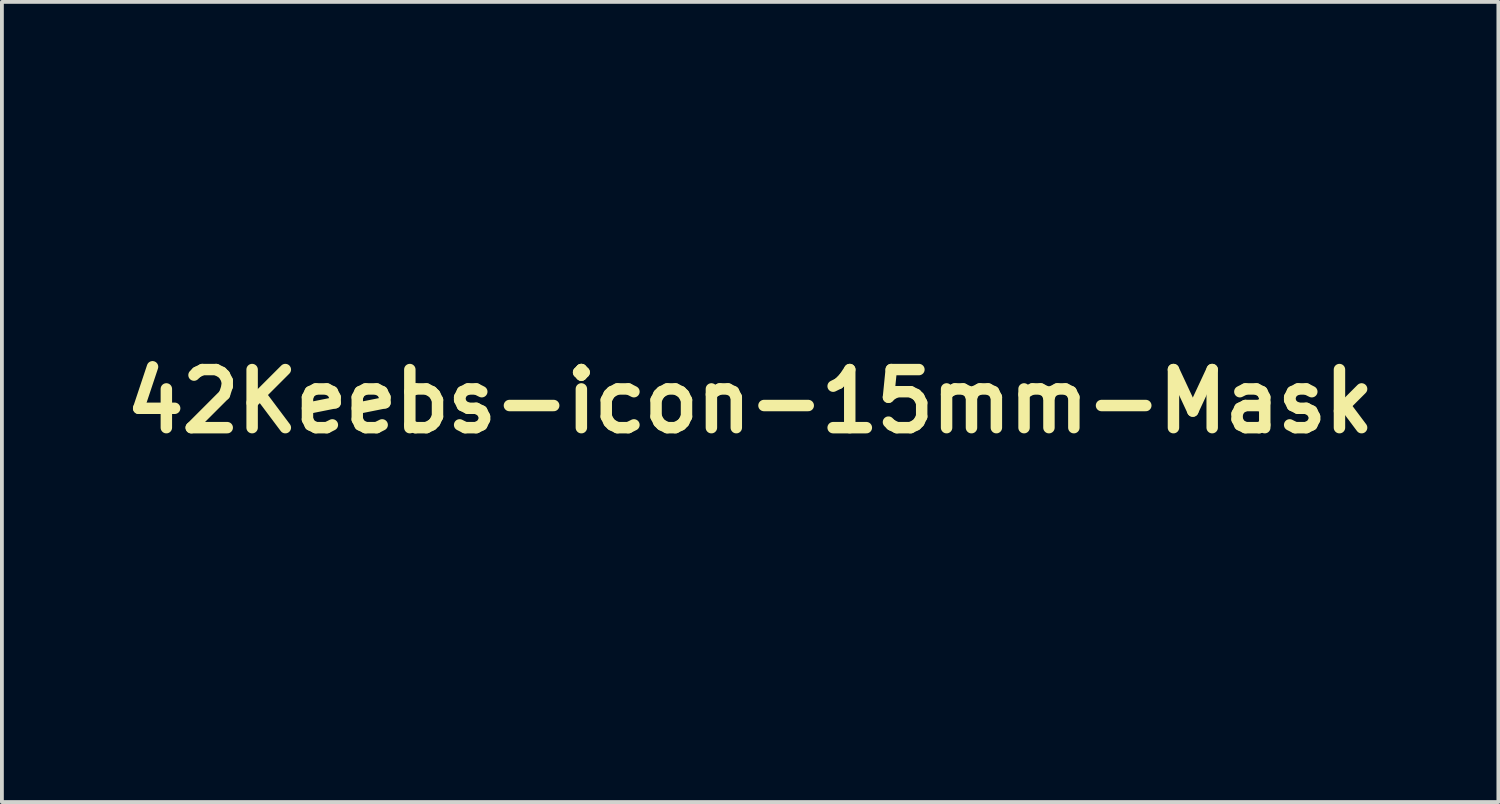
<source format=kicad_pcb>
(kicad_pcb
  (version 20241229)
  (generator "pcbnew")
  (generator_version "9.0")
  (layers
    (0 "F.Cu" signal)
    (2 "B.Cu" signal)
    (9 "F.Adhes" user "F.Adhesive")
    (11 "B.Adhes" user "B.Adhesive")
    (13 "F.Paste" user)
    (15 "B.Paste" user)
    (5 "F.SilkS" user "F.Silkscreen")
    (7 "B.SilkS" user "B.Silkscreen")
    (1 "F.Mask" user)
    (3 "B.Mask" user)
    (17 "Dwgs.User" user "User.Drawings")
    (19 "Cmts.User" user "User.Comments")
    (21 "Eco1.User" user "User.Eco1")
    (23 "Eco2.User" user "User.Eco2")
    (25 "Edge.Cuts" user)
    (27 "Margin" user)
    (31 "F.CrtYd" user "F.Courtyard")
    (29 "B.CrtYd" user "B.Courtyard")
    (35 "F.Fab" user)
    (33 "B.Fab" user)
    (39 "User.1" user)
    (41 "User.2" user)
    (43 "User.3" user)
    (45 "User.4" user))
  (footprint "42Keebs-icon-15mm-Mask"
    (layer "F.Cu")
    (at 16.626 7.478)
    (property "Reference" "42Keebs-icon-15mm-Mask" (at 0 0 0) (layer "F.SilkS") (effects (font (size 1.524 1.524) (thickness 0.3))))
    (attr board_only exclude_from_pos_files exclude_from_bom)
    (fp_poly (pts (xy 5.882 0.928) (xy 6.074 0.971) (xy 6.238 1.053) (xy 6.37 1.171) (xy 6.421 1.241) (xy 6.487 1.362) (xy 6.528 1.484) (xy 6.548 1.624) (xy 6.552 1.771) (xy 6.53 1.989) (xy 6.468 2.183) (xy 6.369 2.349) (xy 6.236 2.483) (xy 6.082 2.575) (xy 5.963 2.612) (xy 5.816 2.635) (xy 5.659 2.644) (xy 5.51 2.638) (xy 5.39 2.616) (xy 5.384 2.614) (xy 5.211 2.538) (xy 5.078 2.434) (xy 4.978 2.295) (xy 4.915 2.139) (xy 4.871 1.914) (xy 4.877 1.678) (xy 4.895 1.574) (xy 4.96 1.378) (xy 5.064 1.213) (xy 5.203 1.082) (xy 5.376 0.989) (xy 5.578 0.935) (xy 5.665 0.925)) (stroke (width 0) (type solid)) (fill yes) (layer "F.Mask"))
    (fp_poly (pts (xy -1.163 -2.771) (xy -1.168 -2.736) (xy -1.179 -2.655) (xy -1.195 -2.533) (xy -1.216 -2.373) (xy -1.242 -2.179) (xy -1.271 -1.957) (xy -1.303 -1.711) (xy -1.338 -1.445) (xy -1.374 -1.163) (xy -1.39 -1.045) (xy -1.427 -0.756) (xy -1.463 -0.482) (xy -1.497 -0.225) (xy -1.528 0.01) (xy -1.555 0.219) (xy -1.579 0.396) (xy -1.598 0.538) (xy -1.612 0.64) (xy -1.62 0.697) (xy -1.621 0.707) (xy -1.636 0.79) (xy -0.814 0.79) (xy -0.773 0.876) (xy -0.76 0.908) (xy -0.751 0.941) (xy -0.749 0.982) (xy -0.753 1.041) (xy -0.764 1.123) (xy -0.783 1.237) (xy -0.81 1.39) (xy -0.826 1.481) (xy -0.856 1.64) (xy -0.883 1.784) (xy -0.905 1.905) (xy -0.923 1.993) (xy -0.933 2.042) (xy -0.934 2.047) (xy -0.943 2.065) (xy -0.961 2.077) (xy -0.996 2.085) (xy -1.057 2.088) (xy -1.15 2.089) (xy -1.283 2.087) (xy -1.359 2.085) (xy -1.771 2.076) (xy -1.817 2.726) (xy -1.832 2.944) (xy -1.845 3.117) (xy -1.86 3.251) (xy -1.881 3.35) (xy -1.915 3.421) (xy -1.964 3.468) (xy -2.035 3.498) (xy -2.13 3.515) (xy -2.256 3.525) (xy -2.416 3.533) (xy -2.504 3.538) (xy -2.67 3.548) (xy -2.827 3.558) (xy -2.966 3.568) (xy -3.075 3.576) (xy -3.144 3.582) (xy -3.147 3.583) (xy -3.225 3.589) (xy -3.269 3.581) (xy -3.296 3.555) (xy -3.31 3.531) (xy -3.32 3.507) (xy -3.325 3.473) (xy -3.326 3.424) (xy -3.321 3.354) (xy -3.309 3.257) (xy -3.291 3.126) (xy -3.266 2.956) (xy -3.239 2.784) (xy -3.211 2.603) (xy -3.186 2.439) (xy -3.165 2.297) (xy -3.148 2.186) (xy -3.137 2.111) (xy -3.133 2.079) (xy -3.133 2.079) (xy -3.158 2.074) (xy -3.231 2.07) (xy -3.347 2.068) (xy -3.503 2.066) (xy -3.697 2.065) (xy -3.923 2.066) (xy -4.179 2.068) (xy -4.444 2.07) (xy -5.755 2.084) (xy -5.794 2.025) (xy -5.807 2.001) (xy -5.815 1.97) (xy -5.817 1.924) (xy -5.815 1.858) (xy -5.806 1.764) (xy -5.792 1.634) (xy -5.771 1.461) (xy -5.768 1.437) (xy -5.703 0.909) (xy -5.581 0.758) (xy -4.211 0.758) (xy -4.209 0.768) (xy -4.183 0.776) (xy -4.128 0.782) (xy -4.04 0.786) (xy -3.913 0.788) (xy -3.744 0.789) (xy -3.583 0.79) (xy -3.406 0.789) (xy -3.248 0.787) (xy -3.114 0.784) (xy -3.012 0.78) (xy -2.949 0.775) (xy -2.93 0.771) (xy -2.926 0.742) (xy -2.918 0.668) (xy -2.904 0.557) (xy -2.886 0.413) (xy -2.865 0.244) (xy -2.841 0.055) (xy -2.828 -0.051) (xy -2.797 -0.294) (xy -2.773 -0.492) (xy -2.754 -0.648) (xy -2.741 -0.768) (xy -2.733 -0.857) (xy -2.73 -0.918) (xy -2.732 -0.958) (xy -2.737 -0.981) (xy -2.747 -0.991) (xy -2.76 -0.994) (xy -2.761 -0.994) (xy -2.781 -0.975) (xy -2.83 -0.921) (xy -2.903 -0.836) (xy -2.997 -0.727) (xy -3.107 -0.596) (xy -3.23 -0.449) (xy -3.361 -0.291) (xy -3.497 -0.126) (xy -3.635 0.041) (xy -3.769 0.206) (xy -3.897 0.363) (xy -4.014 0.508) (xy -4.116 0.637) (xy -4.2 0.744) (xy -4.211 0.758) (xy -5.581 0.758) (xy -4.2 -0.959) (xy -2.697 -2.828) (xy -1.154 -2.828)) (stroke (width 0) (type solid)) (fill yes) (layer "F.Mask"))
    (fp_poly (pts (xy 2.711 -2.885) (xy 2.915 -2.867) (xy 3.095 -2.834) (xy 3.265 -2.782) (xy 3.438 -2.709) (xy 3.482 -2.688) (xy 3.692 -2.569) (xy 3.859 -2.44) (xy 3.991 -2.293) (xy 4.095 -2.12) (xy 4.139 -2.029) (xy 4.167 -1.954) (xy 4.184 -1.881) (xy 4.193 -1.791) (xy 4.199 -1.669) (xy 4.2 -1.658) (xy 4.202 -1.522) (xy 4.198 -1.42) (xy 4.185 -1.334) (xy 4.161 -1.248) (xy 4.153 -1.223) (xy 4.109 -1.104) (xy 4.056 -0.986) (xy 3.99 -0.866) (xy 3.909 -0.74) (xy 3.809 -0.603) (xy 3.689 -0.453) (xy 3.544 -0.286) (xy 3.373 -0.098) (xy 3.172 0.115) (xy 2.937 0.356) (xy 2.771 0.524) (xy 2.613 0.685) (xy 2.466 0.834) (xy 2.335 0.968) (xy 2.223 1.084) (xy 2.135 1.176) (xy 2.073 1.242) (xy 2.041 1.277) (xy 2.038 1.282) (xy 2.062 1.29) (xy 2.131 1.295) (xy 2.237 1.299) (xy 2.373 1.301) (xy 2.533 1.301) (xy 2.709 1.3) (xy 2.896 1.297) (xy 3.086 1.292) (xy 3.272 1.286) (xy 3.448 1.279) (xy 3.607 1.271) (xy 3.742 1.262) (xy 3.792 1.258) (xy 3.951 1.243) (xy 4.067 1.233) (xy 4.149 1.228) (xy 4.203 1.228) (xy 4.238 1.234) (xy 4.261 1.246) (xy 4.281 1.264) (xy 4.284 1.267) (xy 4.335 1.318) (xy 4.155 1.974) (xy 4.107 2.148) (xy 4.064 2.306) (xy 4.027 2.44) (xy 3.999 2.545) (xy 3.981 2.614) (xy 3.974 2.64) (xy 3.953 2.646) (xy 3.917 2.646) (xy 3.875 2.643) (xy 3.791 2.638) (xy 3.673 2.631) (xy 3.529 2.622) (xy 3.369 2.612) (xy 3.325 2.609) (xy 3.133 2.599) (xy 2.892 2.591) (xy 2.602 2.585) (xy 2.264 2.581) (xy 1.88 2.578) (xy 1.449 2.578) (xy 1.279 2.578) (xy 0.924 2.578) (xy 0.614 2.577) (xy 0.349 2.576) (xy 0.131 2.573) (xy -0.04 2.57) (xy -0.162 2.565) (xy -0.235 2.56) (xy -0.258 2.555) (xy -0.265 2.519) (xy -0.262 2.435) (xy -0.25 2.302) (xy -0.229 2.119) (xy -0.217 2.027) (xy -0.194 1.856) (xy -0.176 1.728) (xy -0.161 1.636) (xy -0.147 1.571) (xy -0.131 1.528) (xy -0.113 1.497) (xy -0.089 1.472) (xy -0.069 1.454) (xy -0.031 1.421) (xy 0.041 1.359) (xy 0.141 1.272) (xy 0.265 1.166) (xy 0.407 1.043) (xy 0.563 0.909) (xy 0.701 0.79) (xy 1 0.531) (xy 1.262 0.303) (xy 1.49 0.101) (xy 1.687 -0.075) (xy 1.855 -0.23) (xy 1.996 -0.364) (xy 2.113 -0.482) (xy 2.21 -0.584) (xy 2.287 -0.675) (xy 2.348 -0.756) (xy 2.396 -0.829) (xy 2.433 -0.898) (xy 2.439 -0.911) (xy 2.493 -1.069) (xy 2.502 -1.206) (xy 2.465 -1.318) (xy 2.385 -1.405) (xy 2.263 -1.465) (xy 2.1 -1.496) (xy 2.078 -1.497) (xy 1.886 -1.49) (xy 1.668 -1.448) (xy 1.433 -1.373) (xy 1.188 -1.269) (xy 0.942 -1.139) (xy 0.757 -1.023) (xy 0.621 -0.94) (xy 0.516 -0.897) (xy 0.444 -0.893) (xy 0.403 -0.929) (xy 0.397 -0.949) (xy 0.391 -0.99) (xy 0.382 -1.074) (xy 0.37 -1.193) (xy 0.356 -1.338) (xy 0.341 -1.502) (xy 0.333 -1.592) (xy 0.281 -2.178) (xy 0.338 -2.223) (xy 0.401 -2.264) (xy 0.502 -2.319) (xy 0.63 -2.384) (xy 0.776 -2.455) (xy 0.93 -2.526) (xy 1.082 -2.593) (xy 1.223 -2.652) (xy 1.342 -2.698) (xy 1.377 -2.71) (xy 1.626 -2.786) (xy 1.851 -2.839) (xy 2.071 -2.871) (xy 2.306 -2.887) (xy 2.471 -2.89)) (stroke (width 0) (type solid)) (fill yes) (layer "F.Mask"))
    (fp_poly (pts (xy 0.391 -7.473) (xy 0.626 -7.464) (xy 0.834 -7.45) (xy 1.002 -7.431) (xy 1.006 -7.43) (xy 1.473 -7.35) (xy 1.906 -7.252) (xy 2.318 -7.131) (xy 2.724 -6.982) (xy 3.14 -6.802) (xy 3.35 -6.701) (xy 3.793 -6.466) (xy 4.2 -6.215) (xy 4.584 -5.939) (xy 4.955 -5.629) (xy 5.314 -5.289) (xy 5.672 -4.909) (xy 5.988 -4.526) (xy 6.271 -4.129) (xy 6.529 -3.705) (xy 6.678 -3.428) (xy 6.939 -2.871) (xy 7.149 -2.312) (xy 7.311 -1.746) (xy 7.425 -1.17) (xy 7.491 -0.58) (xy 7.511 0.029) (xy 7.508 0.242) (xy 7.468 0.841) (xy 7.385 1.418) (xy 7.257 1.98) (xy 7.082 2.532) (xy 6.858 3.081) (xy 6.682 3.447) (xy 6.42 3.919) (xy 6.129 4.36) (xy 5.803 4.781) (xy 5.435 5.19) (xy 5.314 5.314) (xy 4.934 5.673) (xy 4.55 5.989) (xy 4.151 6.272) (xy 3.727 6.529) (xy 3.35 6.726) (xy 2.932 6.921) (xy 2.532 7.082) (xy 2.136 7.214) (xy 1.727 7.321) (xy 1.292 7.408) (xy 1.083 7.443) (xy 0.956 7.458) (xy 0.79 7.472) (xy 0.596 7.485) (xy 0.384 7.495) (xy 0.165 7.503) (xy -0.049 7.508) (xy -0.248 7.51) (xy -0.421 7.508) (xy -0.557 7.502) (xy -0.586 7.5) (xy -1.209 7.419) (xy -1.816 7.291) (xy -2.405 7.116) (xy -2.974 6.896) (xy -3.52 6.632) (xy -4.043 6.325) (xy -4.539 5.976) (xy -5.007 5.587) (xy -5.444 5.159) (xy -5.85 4.692) (xy -6.221 4.189) (xy -6.262 4.127) (xy -6.372 3.952) (xy -6.492 3.746) (xy -6.614 3.519) (xy -6.734 3.286) (xy -6.844 3.057) (xy -6.938 2.846) (xy -7.01 2.665) (xy -7.011 2.662) (xy -7.159 2.224) (xy -7.277 1.798) (xy -7.371 1.363) (xy -7.43 1.006) (xy -7.447 0.862) (xy -7.46 0.678) (xy -7.469 0.465) (xy -7.475 0.234) (xy -7.477 0.065) (xy -7.071 0.065) (xy -7.065 0.36) (xy -7.052 0.639) (xy -7.03 0.89) (xy -7.011 1.032) (xy -6.893 1.637) (xy -6.73 2.217) (xy -6.522 2.776) (xy -6.267 3.313) (xy -5.967 3.831) (xy -5.618 4.331) (xy -5.613 4.338) (xy -5.534 4.436) (xy -5.428 4.559) (xy -5.302 4.698) (xy -5.167 4.843) (xy -5.03 4.984) (xy -4.994 5.02) (xy -4.69 5.313) (xy -4.395 5.568) (xy -4.099 5.795) (xy -3.79 6.002) (xy -3.454 6.197) (xy -3.095 6.382) (xy -2.545 6.624) (xy -1.977 6.819) (xy -1.394 6.966) (xy -0.799 7.064) (xy -0.522 7.092) (xy -0.387 7.099) (xy -0.213 7.101) (xy -0.012 7.099) (xy 0.205 7.093) (xy 0.425 7.084) (xy 0.637 7.072) (xy 0.828 7.057) (xy 0.988 7.041) (xy 1.045 7.033) (xy 1.621 6.923) (xy 2.175 6.768) (xy 2.716 6.567) (xy 3.121 6.383) (xy 3.48 6.197) (xy 3.804 6.01) (xy 4.102 5.812) (xy 4.388 5.595) (xy 4.672 5.351) (xy 4.967 5.073) (xy 5.02 5.02) (xy 5.313 4.716) (xy 5.568 4.422) (xy 5.794 4.126) (xy 6.001 3.816) (xy 6.197 3.481) (xy 6.383 3.121) (xy 6.607 2.62) (xy 6.788 2.112) (xy 6.93 1.588) (xy 7.036 1.035) (xy 7.036 1.032) (xy 7.064 0.807) (xy 7.083 0.544) (xy 7.094 0.258) (xy 7.096 -0.039) (xy 7.091 -0.334) (xy 7.077 -0.613) (xy 7.055 -0.864) (xy 7.036 -1.006) (xy 6.931 -1.56) (xy 6.789 -2.085) (xy 6.608 -2.593) (xy 6.383 -3.095) (xy 6.177 -3.491) (xy 5.965 -3.848) (xy 5.737 -4.18) (xy 5.484 -4.499) (xy 5.199 -4.818) (xy 5.095 -4.926) (xy 4.653 -5.346) (xy 4.186 -5.721) (xy 3.694 -6.052) (xy 3.177 -6.338) (xy 2.636 -6.579) (xy 2.071 -6.776) (xy 1.482 -6.928) (xy 1.032 -7.011) (xy 0.807 -7.038) (xy 0.544 -7.057) (xy 0.258 -7.068) (xy -0.04 -7.071) (xy -0.334 -7.065) (xy -0.614 -7.052) (xy -0.865 -7.03) (xy -1.006 -7.011) (xy -1.614 -6.892) (xy -2.197 -6.729) (xy -2.755 -6.521) (xy -3.289 -6.269) (xy -3.798 -5.971) (xy -4.283 -5.629) (xy -4.744 -5.243) (xy -4.926 -5.07) (xy -5.347 -4.627) (xy -5.722 -4.159) (xy -6.053 -3.668) (xy -6.338 -3.152) (xy -6.579 -2.612) (xy -6.776 -2.048) (xy -6.927 -1.459) (xy -7.011 -1.006) (xy -7.038 -0.781) (xy -7.057 -0.519) (xy -7.068 -0.232) (xy -7.071 0.065) (xy -7.477 0.065) (xy -7.478 -0.004) (xy -7.477 -0.239) (xy -7.472 -0.461) (xy -7.464 -0.659) (xy -7.451 -0.822) (xy -7.443 -0.892) (xy -7.361 -1.389) (xy -7.259 -1.851) (xy -7.131 -2.291) (xy -6.975 -2.72) (xy -6.786 -3.152) (xy -6.696 -3.337) (xy -6.398 -3.881) (xy -6.059 -4.393) (xy -5.681 -4.873) (xy -5.267 -5.318) (xy -4.817 -5.728) (xy -4.334 -6.101) (xy -3.817 -6.435) (xy -3.337 -6.696) (xy -2.869 -6.913) (xy -2.407 -7.091) (xy -1.937 -7.236) (xy -1.447 -7.35) (xy -0.981 -7.431) (xy -0.813 -7.45) (xy -0.606 -7.464) (xy -0.371 -7.473) (xy -0.119 -7.478) (xy 0.139 -7.478)) (stroke (width 0) (type solid)) (fill yes) (layer "F.Mask")))
  (gr_rect
    (start -3 -3)
    (end 36.252 17.988)
    (stroke (width 0.1) (type default))
    (fill no)
    (layer "Edge.Cuts")))
</source>
